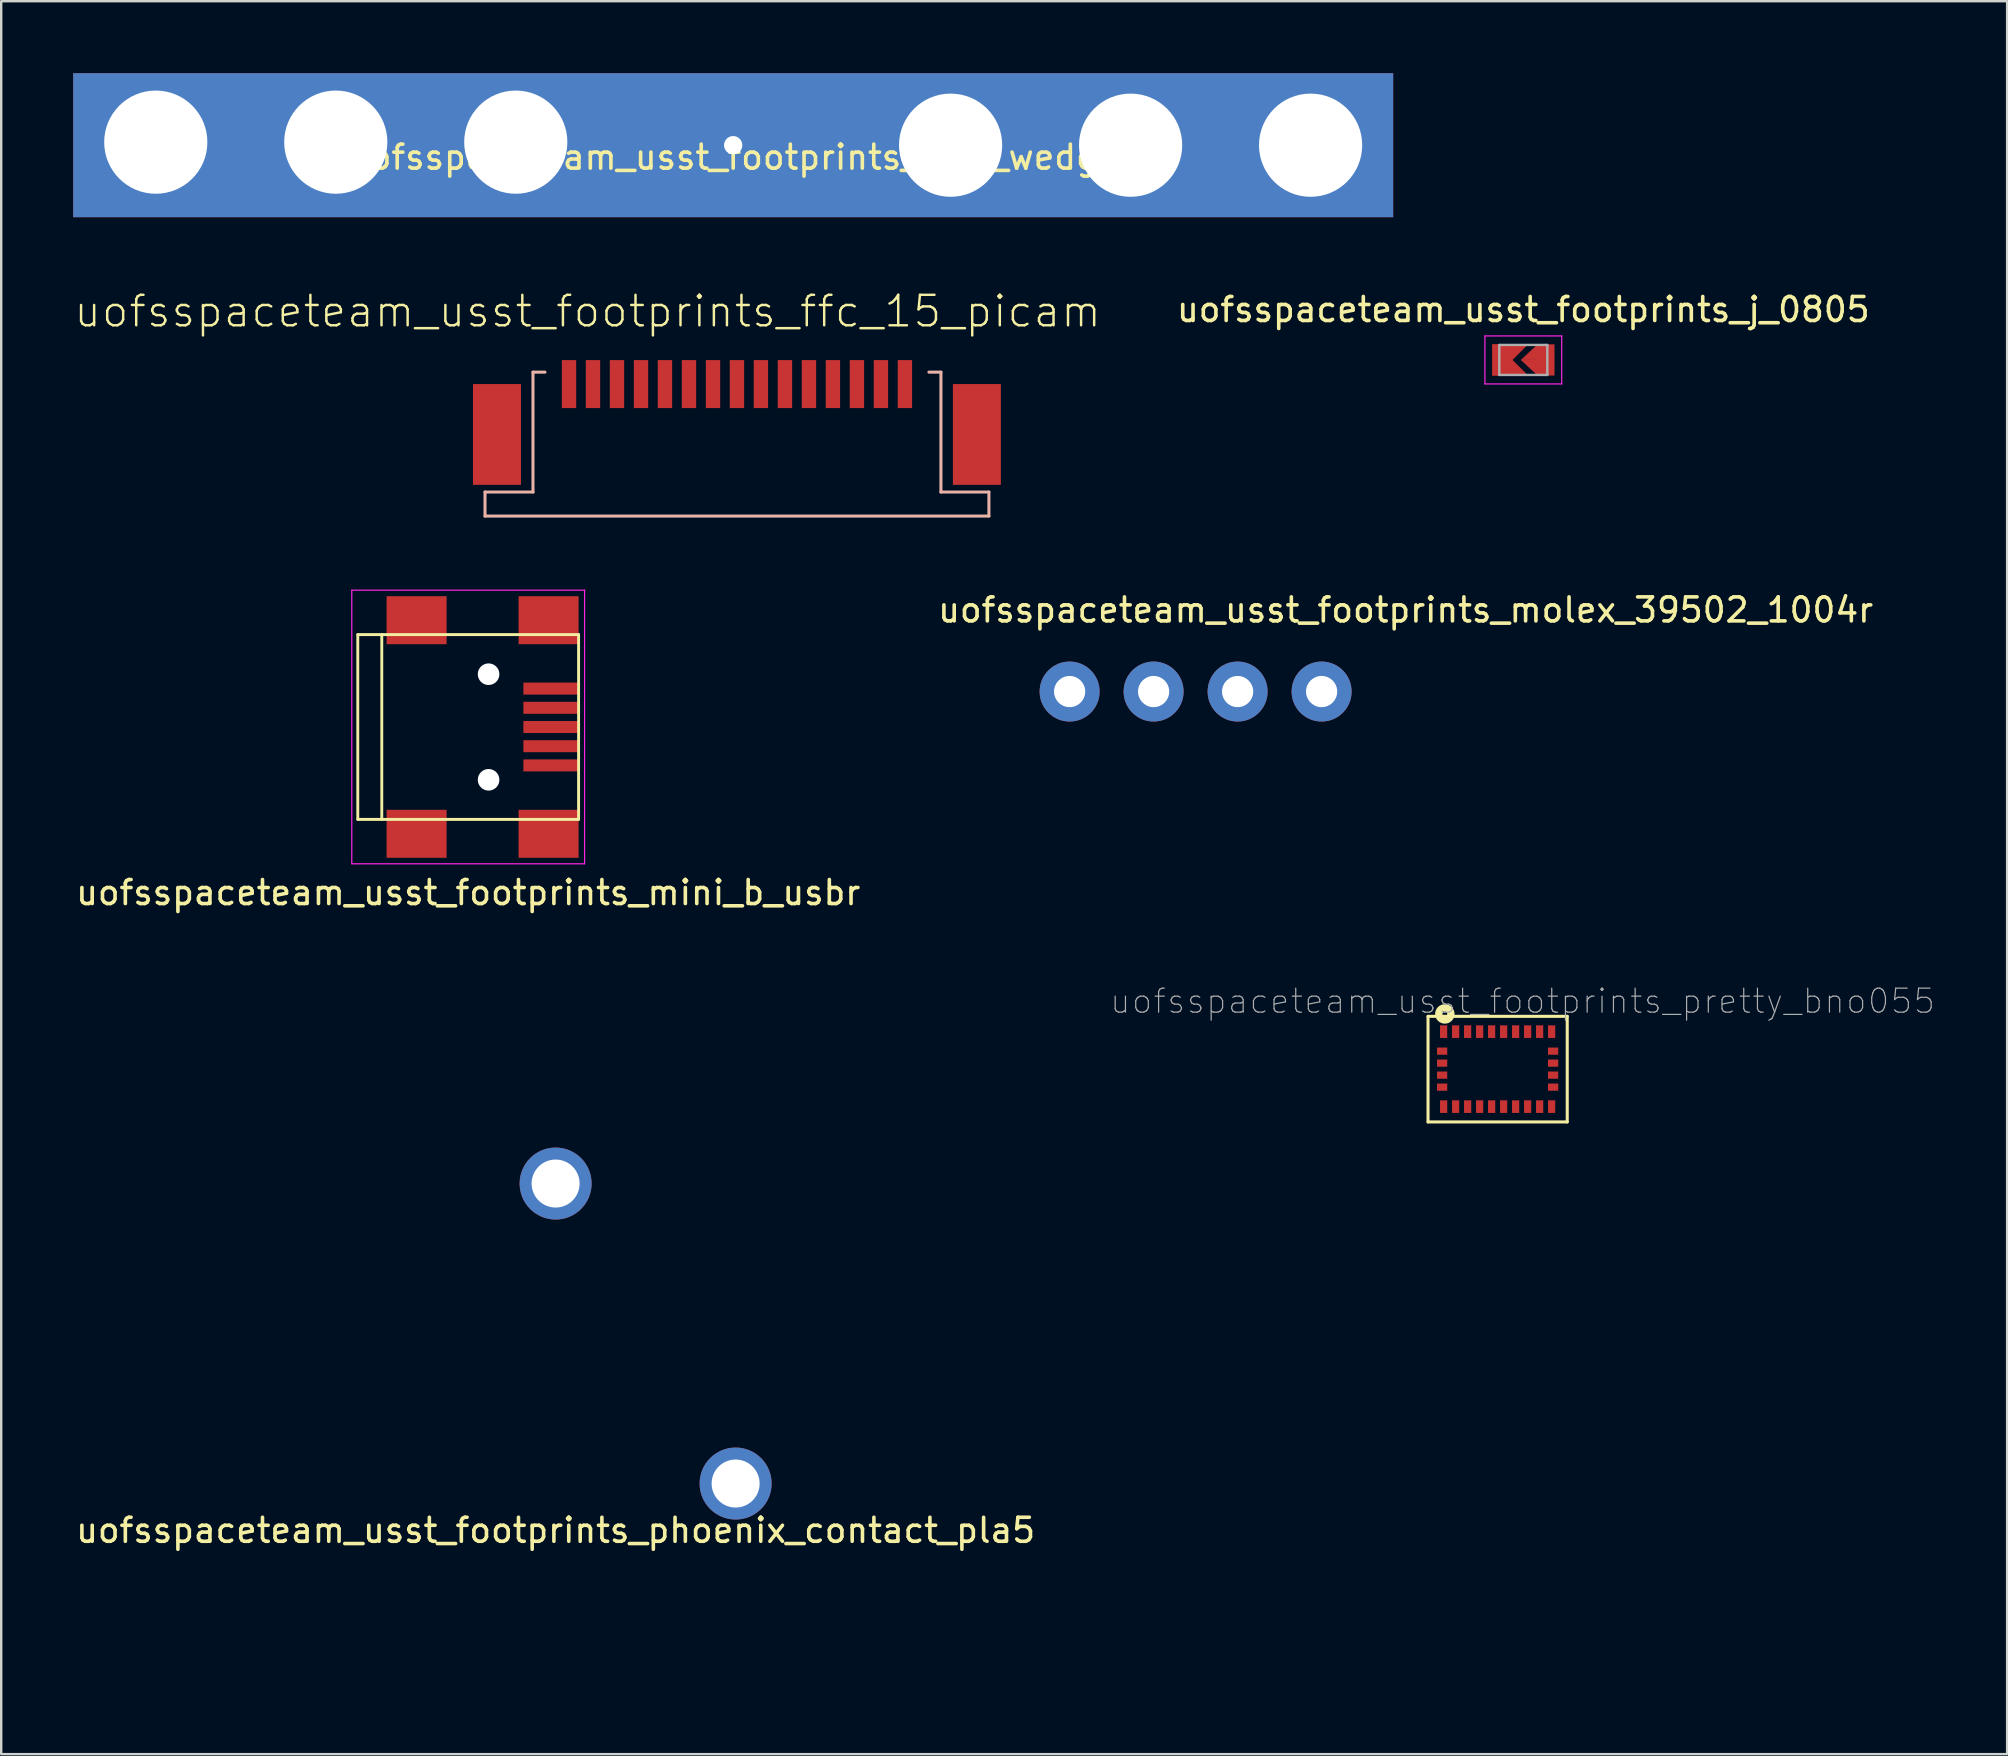
<source format=kicad_pcb>
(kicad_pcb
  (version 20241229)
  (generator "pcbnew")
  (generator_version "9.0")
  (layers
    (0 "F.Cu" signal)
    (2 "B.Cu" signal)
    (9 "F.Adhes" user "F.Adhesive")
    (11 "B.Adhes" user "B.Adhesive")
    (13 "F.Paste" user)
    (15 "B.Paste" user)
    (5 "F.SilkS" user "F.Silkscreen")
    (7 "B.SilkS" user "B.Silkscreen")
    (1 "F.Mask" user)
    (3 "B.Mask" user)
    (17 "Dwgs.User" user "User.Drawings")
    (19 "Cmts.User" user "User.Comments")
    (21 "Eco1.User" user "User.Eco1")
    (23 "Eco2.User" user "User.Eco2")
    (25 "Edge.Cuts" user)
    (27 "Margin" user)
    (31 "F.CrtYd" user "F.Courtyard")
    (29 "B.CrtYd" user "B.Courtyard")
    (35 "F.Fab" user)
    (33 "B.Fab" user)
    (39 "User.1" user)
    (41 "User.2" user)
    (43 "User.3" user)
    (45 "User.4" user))
  (footprint "uofsspaceteam_usst_footprints_ffc_15_picam"
    (layer "F.Cu")
    (at 27.657 12.954)
    (property "Reference" "uofsspaceteam_usst_footprints_ffc_15_picam" (at -6.223 -3.033 0) (layer "F.SilkS") (effects (font (size 1.27 1.27) (thickness 0.102))))
    (attr smd)
    (fp_line (start -10.498 4.498) (end -8.499 4.498) (stroke (width 0.127) (type solid)) (layer "B.SilkS"))
    (fp_line (start -10.498 5.499) (end -10.498 4.498) (stroke (width 0.127) (type solid)) (layer "B.SilkS"))
    (fp_line (start -10.498 5.499) (end 10.498 5.499) (stroke (width 0.127) (type solid)) (layer "B.SilkS"))
    (fp_line (start -8.499 -0.498) (end -7.998 -0.498) (stroke (width 0.127) (type solid)) (layer "B.SilkS"))
    (fp_line (start -8.499 4.498) (end -8.499 -0.498) (stroke (width 0.127) (type solid)) (layer "B.SilkS"))
    (fp_line (start 8.499 -0.498) (end 7.998 -0.498) (stroke (width 0.127) (type solid)) (layer "B.SilkS"))
    (fp_line (start 8.499 4.498) (end 8.499 -0.498) (stroke (width 0.127) (type solid)) (layer "B.SilkS"))
    (fp_line (start 10.498 4.498) (end 8.499 4.498) (stroke (width 0.127) (type solid)) (layer "B.SilkS"))
    (fp_line (start 10.498 5.499) (end 10.498 4.498) (stroke (width 0.127) (type solid)) (layer "B.SilkS"))
    (pad "1" smd rect (at 6.998 0) (size 0.599 1.999) (layers "F.Cu" "F.Mask" "F.Paste"))
    (pad "2" smd rect (at 5.999 0) (size 0.599 1.999) (layers "F.Cu" "F.Mask" "F.Paste"))
    (pad "3" smd rect (at 4.999 0) (size 0.599 1.999) (layers "F.Cu" "F.Mask" "F.Paste"))
    (pad "4" smd rect (at 3.998 0) (size 0.599 1.999) (layers "F.Cu" "F.Mask" "F.Paste"))
    (pad "5" smd rect (at 3 0) (size 0.599 1.999) (layers "F.Cu" "F.Mask" "F.Paste"))
    (pad "6" smd rect (at 1.999 0) (size 0.599 1.999) (layers "F.Cu" "F.Mask" "F.Paste"))
    (pad "7" smd rect (at 0.998 0) (size 0.599 1.999) (layers "F.Cu" "F.Mask" "F.Paste"))
    (pad "8" smd rect (at 0 0) (size 0.599 1.999) (layers "F.Cu" "F.Mask" "F.Paste"))
    (pad "9" smd rect (at -0.998 0) (size 0.599 1.999) (layers "F.Cu" "F.Mask" "F.Paste"))
    (pad "10" smd rect (at -1.999 0) (size 0.599 1.999) (layers "F.Cu" "F.Mask" "F.Paste"))
    (pad "11" smd rect (at -3 0) (size 0.599 1.999) (layers "F.Cu" "F.Mask" "F.Paste"))
    (pad "12" smd rect (at -3.998 0) (size 0.599 1.999) (layers "F.Cu" "F.Mask" "F.Paste"))
    (pad "13" smd rect (at -4.999 0) (size 0.599 1.999) (layers "F.Cu" "F.Mask" "F.Paste"))
    (pad "14" smd rect (at -5.999 0) (size 0.599 1.999) (layers "F.Cu" "F.Mask" "F.Paste"))
    (pad "15" smd rect (at -6.998 0) (size 0.599 1.999) (layers "F.Cu" "F.Mask" "F.Paste"))
    (pad "16" smd rect (at -10 2.098) (size 1.999 4.199) (layers "F.Cu" "F.Mask" "F.Paste"))
    (pad "17" smd rect (at 9.997 2.098) (size 1.999 4.199) (layers "F.Cu" "F.Mask" "F.Paste")))
  (footprint "uofsspaceteam_usst_footprints_molex_39502_1004r"
    (layer "F.Cu")
    (at 41.518 25.765)
    (property "Reference" "uofsspaceteam_usst_footprints_molex_39502_1004r" (at 14 -3.4 0) (layer "F.SilkS") (effects (font (size 1 1) (thickness 0.15))))
    (attr through_hole)
    (fp_line (start -3.5 -1.5) (end -3.5 8) (stroke (width 0.15) (type solid)) (layer "B.Paste"))
    (fp_line (start -3.5 -1.5) (end 14 -1.5) (stroke (width 0.15) (type solid)) (layer "B.Paste"))
    (fp_line (start -3.5 8) (end 14 8) (stroke (width 0.15) (type solid)) (layer "B.Paste"))
    (fp_line (start 14 -1.51) (end 14 7.99) (stroke (width 0.15) (type solid)) (layer "B.Paste"))
    (pad "1" thru_hole circle (at 0 0) (size 2.5 2.5) (drill 1.3) (layers "*.Cu" "*.Mask"))
    (pad "2" thru_hole circle (at 3.5 0) (size 2.5 2.5) (drill 1.3) (layers "*.Cu" "*.Mask"))
    (pad "3" thru_hole circle (at 7 0) (size 2.5 2.5) (drill 1.3) (layers "*.Cu" "*.Mask"))
    (pad "4" thru_hole circle (at 10.5 0) (size 2.5 2.5) (drill 1.3) (layers "*.Cu" "*.Mask")))
  (footprint "uofsspaceteam_usst_footprints_batt_wedge"
    (layer "F.Cu")
    (at 27.5 3)
    (property "Reference" "uofsspaceteam_usst_footprints_batt_wedge" (at 0 0.5 0) (layer "F.SilkS") (effects (font (size 1 1) (thickness 0.15))))
    (attr through_hole)
    (pad "" thru_hole circle (at -24.059 -0.127) (size 4.3 4.3) (drill 4.3) (layers "*.Cu" "*.Mask"))
    (pad "" thru_hole circle (at -16.559 -0.127) (size 4.3 4.3) (drill 4.3) (layers "*.Cu" "*.Mask"))
    (pad "" thru_hole circle (at -9.059 -0.127) (size 4.3 4.3) (drill 4.3) (layers "*.Cu" "*.Mask"))
    (pad "" thru_hole circle (at 9.059 0) (size 4.3 4.3) (drill 4.3) (layers "*.Cu" "*.Mask"))
    (pad "" thru_hole circle (at 16.559 0) (size 4.3 4.3) (drill 4.3) (layers "*.Cu" "*.Mask"))
    (pad "" thru_hole circle (at 24.059 0) (size 4.3 4.3) (drill 4.3) (layers "*.Cu" "*.Mask"))
    (pad "1" thru_hole rect (at 0 0) (size 55 6) (drill 0.762) (layers "F.Cu" "F.Paste")))
  (footprint "uofsspaceteam_usst_footprints_phoenix_contact_pla5"
    (layer "F.Cu")
    (at 20.101 46.265)
    (property "Reference" "uofsspaceteam_usst_footprints_phoenix_contact_pla5" (at 0 14.45 0) (layer "F.SilkS") (effects (font (size 1 1) (thickness 0.15))))
    (attr through_hole)
    (fp_line (start -4.25 -8.2) (end 11.75 -8.2) (stroke (width 0.15) (type solid)) (layer "B.Paste"))
    (fp_line (start -4.25 20.7) (end -4.25 -8.2) (stroke (width 0.15) (type solid)) (layer "B.Paste"))
    (fp_line (start 7.5 20.7) (end -4.25 20.7) (stroke (width 0.15) (type solid)) (layer "B.Paste"))
    (fp_line (start 11.75 12.5) (end 11.75 -8.2) (stroke (width 0.15) (type solid)) (layer "B.Paste"))
    (fp_line (start 11.75 12.5) (end 11.75 20.7) (stroke (width 0.15) (type solid)) (layer "B.Paste"))
    (fp_line (start 11.75 20.7) (end 7.5 20.7) (stroke (width 0.15) (type solid)) (layer "B.Paste"))
    (pad "1" thru_hole circle (at 7.5 12.5) (size 3 3) (drill 2) (layers "*.Cu" "*.Mask"))
    (pad "2" thru_hole circle (at 0 0) (size 3 3) (drill 2) (layers "*.Cu" "*.Mask")))
  (footprint "uofsspaceteam_usst_footprints_mini_b_usbr"
    (layer "F.Cu")
    (at 17.108 27.242)
    (property "Reference" "uofsspaceteam_usst_footprints_mini_b_usbr" (at -0.65 6.9 0) (layer "F.SilkS") (effects (font (size 1 1) (thickness 0.15))))
    (attr smd)
    (fp_line (start -5.25 -3.85) (end -5.25 3.85) (stroke (width 0.12) (type solid)) (layer "F.SilkS"))
    (fp_line (start -5.25 3.85) (end 3.95 3.85) (stroke (width 0.12) (type solid)) (layer "F.SilkS"))
    (fp_line (start -4.25 -3.85) (end -4.25 3.85) (stroke (width 0.12) (type solid)) (layer "F.SilkS"))
    (fp_line (start 3.95 -3.85) (end -5.25 -3.85) (stroke (width 0.12) (type solid)) (layer "F.SilkS"))
    (fp_line (start 3.95 3.85) (end 3.95 -3.85) (stroke (width 0.12) (type solid)) (layer "F.SilkS"))
    (fp_line (start -5.5 -5.7) (end 4.2 -5.7) (stroke (width 0.05) (type solid)) (layer "F.CrtYd"))
    (fp_line (start -5.5 5.7) (end -5.5 -5.7) (stroke (width 0.05) (type solid)) (layer "F.CrtYd"))
    (fp_line (start 4.2 -5.7) (end 4.2 5.7) (stroke (width 0.05) (type solid)) (layer "F.CrtYd"))
    (fp_line (start 4.2 5.7) (end -5.5 5.7) (stroke (width 0.05) (type solid)) (layer "F.CrtYd"))
    (pad "" np_thru_hole circle (at 0.2 -2.2) (size 0.9 0.9) (drill 0.9) (layers "*.Cu" "*.Mask"))
    (pad "" np_thru_hole circle (at 0.2 2.2) (size 0.9 0.9) (drill 0.9) (layers "*.Cu" "*.Mask"))
    (pad "6" smd rect (at -2.8 -4.45) (size 2.5 2) (layers "F.Cu" "F.Mask" "F.Paste"))
    (pad "6" smd rect (at -2.8 4.45) (size 2.5 2) (layers "F.Cu" "F.Mask" "F.Paste"))
    (pad "6" smd rect (at 2.7 -4.45) (size 2.5 2) (layers "F.Cu" "F.Mask" "F.Paste"))
    (pad "6" smd rect (at 2.7 4.45) (size 2.5 2) (layers "F.Cu" "F.Mask" "F.Paste"))
    (pad "D+" smd rect (at 2.8 0) (size 2.3 0.5) (layers "F.Cu" "F.Mask" "F.Paste"))
    (pad "D-" smd rect (at 2.8 -0.8) (size 2.3 0.5) (layers "F.Cu" "F.Mask" "F.Paste"))
    (pad "GND" smd rect (at 2.8 1.6) (size 2.3 0.5) (layers "F.Cu" "F.Mask" "F.Paste"))
    (pad "ID" smd rect (at 2.8 0.8) (size 2.3 0.5) (layers "F.Cu" "F.Mask" "F.Paste"))
    (pad "VBUS" smd rect (at 2.8 -1.6) (size 2.3 0.5) (layers "F.Cu" "F.Mask" "F.Paste")))
  (footprint "uofsspaceteam_usst_footprints_pretty_bno055"
    (layer "F.Cu")
    (at 59.352 41.498)
    (property "Reference" "uofsspaceteam_usst_footprints_pretty_bno055" (at 1.04 -2.835 0) (layer "F.Fab") (effects (font (size 1 1) (thickness 0.05))))
    (attr smd)
    (fp_line (start -2.9 -2.2) (end 2.9 -2.2) (stroke (width 0.127) (type solid)) (layer "F.SilkS"))
    (fp_line (start -2.9 2.2) (end -2.9 -2.2) (stroke (width 0.127) (type solid)) (layer "F.SilkS"))
    (fp_line (start 2.9 -2.2) (end 2.9 2.2) (stroke (width 0.127) (type solid)) (layer "F.SilkS"))
    (fp_line (start 2.9 2.2) (end -2.9 2.2) (stroke (width 0.127) (type solid)) (layer "F.SilkS"))
    (fp_circle (center -2.2 -2.3) (end -2.1 -2.3) (stroke (width 0.305) (type solid)) (fill no) (layer "F.SilkS"))
    (pad "1" smd rect (at -2.25 -1.562 180) (size 0.3 0.525) (layers "F.Cu" "F.Mask" "F.Paste"))
    (pad "2" smd rect (at -2.312 -0.75 270) (size 0.3 0.425) (layers "F.Cu" "F.Mask" "F.Paste"))
    (pad "3" smd rect (at -2.312 -0.25 270) (size 0.3 0.425) (layers "F.Cu" "F.Mask" "F.Paste"))
    (pad "4" smd rect (at -2.312 0.25 270) (size 0.3 0.425) (layers "F.Cu" "F.Mask" "F.Paste"))
    (pad "5" smd rect (at -2.312 0.75 270) (size 0.3 0.425) (layers "F.Cu" "F.Mask" "F.Paste"))
    (pad "6" smd rect (at -2.25 1.562 180) (size 0.3 0.525) (layers "F.Cu" "F.Mask" "F.Paste"))
    (pad "7" smd rect (at -1.75 1.562 180) (size 0.3 0.525) (layers "F.Cu" "F.Mask" "F.Paste"))
    (pad "8" smd rect (at -1.25 1.562 180) (size 0.3 0.525) (layers "F.Cu" "F.Mask" "F.Paste"))
    (pad "9" smd rect (at -0.75 1.562 180) (size 0.3 0.525) (layers "F.Cu" "F.Mask" "F.Paste"))
    (pad "10" smd rect (at -0.25 1.562 180) (size 0.3 0.525) (layers "F.Cu" "F.Mask" "F.Paste"))
    (pad "11" smd rect (at 0.25 1.562 180) (size 0.3 0.525) (layers "F.Cu" "F.Mask" "F.Paste"))
    (pad "12" smd rect (at 0.75 1.562 180) (size 0.3 0.525) (layers "F.Cu" "F.Mask" "F.Paste"))
    (pad "13" smd rect (at 1.25 1.562 180) (size 0.3 0.525) (layers "F.Cu" "F.Mask" "F.Paste"))
    (pad "14" smd rect (at 1.75 1.562 180) (size 0.3 0.525) (layers "F.Cu" "F.Mask" "F.Paste"))
    (pad "15" smd rect (at 2.25 1.562 180) (size 0.3 0.525) (layers "F.Cu" "F.Mask" "F.Paste"))
    (pad "16" smd rect (at 2.312 0.75 270) (size 0.3 0.425) (layers "F.Cu" "F.Mask" "F.Paste"))
    (pad "17" smd rect (at 2.312 0.25 270) (size 0.3 0.425) (layers "F.Cu" "F.Mask" "F.Paste"))
    (pad "18" smd rect (at 2.312 -0.25 270) (size 0.3 0.425) (layers "F.Cu" "F.Mask" "F.Paste"))
    (pad "19" smd rect (at 2.312 -0.75 270) (size 0.3 0.425) (layers "F.Cu" "F.Mask" "F.Paste"))
    (pad "20" smd rect (at 2.25 -1.562 180) (size 0.3 0.525) (layers "F.Cu" "F.Mask" "F.Paste"))
    (pad "21" smd rect (at 1.75 -1.562 180) (size 0.3 0.525) (layers "F.Cu" "F.Mask" "F.Paste"))
    (pad "22" smd rect (at 1.25 -1.562 180) (size 0.3 0.525) (layers "F.Cu" "F.Mask" "F.Paste"))
    (pad "23" smd rect (at 0.75 -1.562 180) (size 0.3 0.525) (layers "F.Cu" "F.Mask" "F.Paste"))
    (pad "24" smd rect (at 0.25 -1.562 180) (size 0.3 0.525) (layers "F.Cu" "F.Mask" "F.Paste"))
    (pad "25" smd rect (at -0.25 -1.562 180) (size 0.3 0.525) (layers "F.Cu" "F.Mask" "F.Paste"))
    (pad "26" smd rect (at -0.75 -1.562 180) (size 0.3 0.525) (layers "F.Cu" "F.Mask" "F.Paste"))
    (pad "27" smd rect (at -1.25 -1.562 180) (size 0.3 0.525) (layers "F.Cu" "F.Mask" "F.Paste"))
    (pad "28" smd rect (at -1.75 -1.562 180) (size 0.3 0.525) (layers "F.Cu" "F.Mask" "F.Paste")))
  (footprint "uofsspaceteam_usst_footprints_j_0805"
    (layer "F.Cu")
    (at 60.422 11.948)
    (property "Reference" "uofsspaceteam_usst_footprints_j_0805" (at 0 -2.1 0) (layer "F.SilkS") (effects (font (size 1 1) (thickness 0.15))))
    (attr smd)
    (fp_line (start -1.6 -1) (end -1.6 1) (stroke (width 0.05) (type solid)) (layer "F.CrtYd"))
    (fp_line (start -1.6 -1) (end 1.6 -1) (stroke (width 0.05) (type solid)) (layer "F.CrtYd"))
    (fp_line (start -1.6 1) (end 1.6 1) (stroke (width 0.05) (type solid)) (layer "F.CrtYd"))
    (fp_line (start 1.6 -1) (end 1.6 1) (stroke (width 0.05) (type solid)) (layer "F.CrtYd"))
    (fp_line (start -1 -0.625) (end 1 -0.625) (stroke (width 0.1) (type solid)) (layer "F.Fab"))
    (fp_line (start -1 0.625) (end -1 -0.625) (stroke (width 0.1) (type solid)) (layer "F.Fab"))
    (fp_line (start 1 -0.625) (end 1 0.625) (stroke (width 0.1) (type solid)) (layer "F.Fab"))
    (fp_line (start 1 0.625) (end -1 0.625) (stroke (width 0.1) (type solid)) (layer "F.Fab"))
    (pad "" smd rect (at 0.025 0 180) (size 0.7 1.3) (layers "F.Mask"))
    (pad "1" smd rect (at -0.95 0) (size 0.7 1.3) (layers "F.Cu" "F.Mask" "F.Paste"))
    (pad "1" smd trapezoid (at -0.55 -0.3 90) (size 0.7 0.8) (rect_delta -0.7 0) (layers "F.Cu" "F.Paste"))
    (pad "1" smd trapezoid (at -0.55 0.3 270) (size 0.7 0.8) (rect_delta -0.7 0) (layers "F.Cu" "F.Paste"))
    (pad "2" smd trapezoid (at 0.6 -0.325 270) (size 0.65 0.71) (rect_delta -0.7 0) (layers "F.Cu" "F.Paste"))
    (pad "2" smd trapezoid (at 0.6 0.325 90) (size 0.65 0.71) (rect_delta -0.7 0) (layers "F.Cu" "F.Paste"))
    (pad "2" smd rect (at 0.95 0) (size 0.7 1.3) (layers "F.Cu" "F.Mask" "F.Paste")))
  (gr_rect
    (start -3 -3)
    (end 80.581 70.04)
    (stroke (width 0.1) (type default))
    (fill no)
    (layer "Edge.Cuts")))
</source>
